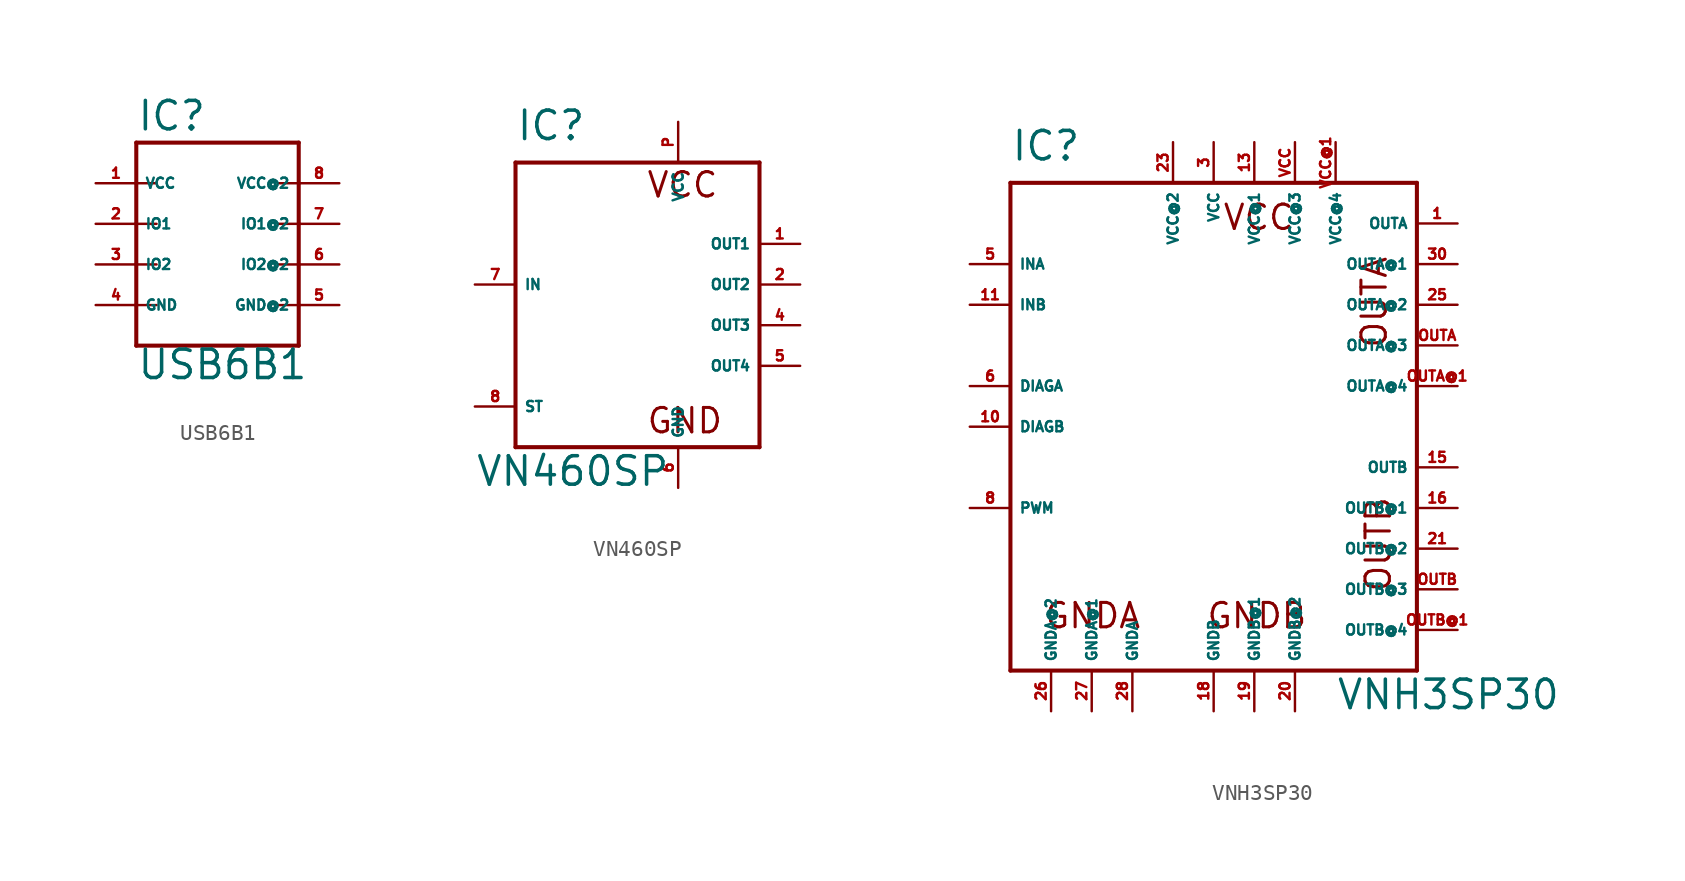
<source format=kicad_sym>
(kicad_symbol_lib
  (version 20220914)
  (generator Eagle2Kicad)
  (symbol "USB6B1"
    (property "Reference" "IC"
      (at -5.08 5.715 0)
      (effects (font (size 1.778 1.778) (thickness 0.22)) (justify left bottom)))
    (property "Value" "USB6B1"
      (at -5.08 -9.842 0)
      (effects (font (size 1.778 1.778) (thickness 0.22)) (justify left bottom)))
    (polyline
      (pts (xy -5.08 5.08) (xy 5.08 5.08))
      (stroke (width 0.254) (type default))
      (fill (type none)))
    (polyline
      (pts (xy 5.08 5.08) (xy 5.08 2.54))
      (stroke (width 0.254) (type default))
      (fill (type none)))
    (polyline
      (pts (xy 5.08 2.54) (xy 5.08 0))
      (stroke (width 0.254) (type default))
      (fill (type none)))
    (polyline
      (pts (xy 5.08 0) (xy 5.08 -2.54))
      (stroke (width 0.254) (type default))
      (fill (type none)))
    (polyline
      (pts (xy 5.08 -2.54) (xy 5.08 -5.08))
      (stroke (width 0.254) (type default))
      (fill (type none)))
    (polyline
      (pts (xy 5.08 -5.08) (xy 5.08 -7.62))
      (stroke (width 0.254) (type default))
      (fill (type none)))
    (polyline
      (pts (xy 5.08 -7.62) (xy -5.08 -7.62))
      (stroke (width 0.254) (type default))
      (fill (type none)))
    (polyline
      (pts (xy -5.08 -7.62) (xy -5.08 -5.08))
      (stroke (width 0.254) (type default))
      (fill (type none)))
    (polyline
      (pts (xy -5.08 -5.08) (xy -5.08 -2.54))
      (stroke (width 0.254) (type default))
      (fill (type none)))
    (polyline
      (pts (xy -5.08 -2.54) (xy -5.08 0))
      (stroke (width 0.254) (type default))
      (fill (type none)))
    (polyline
      (pts (xy -5.08 0) (xy -5.08 2.54))
      (stroke (width 0.254) (type default))
      (fill (type none)))
    (polyline
      (pts (xy -5.08 2.54) (xy -5.08 5.08))
      (stroke (width 0.254) (type default))
      (fill (type none)))
    (polyline
      (pts (xy -5.08 2.54) (xy -3.81 2.54))
      (stroke (width 0.152) (type default))
      (fill (type none)))
    (polyline
      (pts (xy -5.08 0) (xy -3.81 0))
      (stroke (width 0.152) (type default))
      (fill (type none)))
    (polyline
      (pts (xy -5.08 -2.54) (xy -3.81 -2.54))
      (stroke (width 0.152) (type default))
      (fill (type none)))
    (polyline
      (pts (xy -5.08 -5.08) (xy -3.81 -5.08))
      (stroke (width 0.152) (type default))
      (fill (type none)))
    (polyline
      (pts (xy 5.08 -5.08) (xy 3.81 -5.08))
      (stroke (width 0.152) (type default))
      (fill (type none)))
    (polyline
      (pts (xy 5.08 -2.54) (xy 3.81 -2.54))
      (stroke (width 0.152) (type default))
      (fill (type none)))
    (polyline
      (pts (xy 5.08 0) (xy 3.81 0))
      (stroke (width 0.152) (type default))
      (fill (type none)))
    (polyline
      (pts (xy 5.08 2.54) (xy 3.81 2.54))
      (stroke (width 0.152) (type default))
      (fill (type none)))
    (pin unspecified line
      (at -7.62 2.54 0)
      (length 2.54)
      (name "VCC" (effects (font (size 0.635 0.635) (thickness 0.08)) (justify left bottom)))
      (number "1" (effects (font (size 0.635 0.635) (thickness 0.08)) (justify left bottom))))
    (pin bidirectional line
      (at -7.62 0 0)
      (length 2.54)
      (name "IO1" (effects (font (size 0.635 0.635) (thickness 0.08)) (justify left bottom)))
      (number "2" (effects (font (size 0.635 0.635) (thickness 0.08)) (justify left bottom))))
    (pin bidirectional line
      (at -7.62 -2.54 0)
      (length 2.54)
      (name "IO2" (effects (font (size 0.635 0.635) (thickness 0.08)) (justify left bottom)))
      (number "3" (effects (font (size 0.635 0.635) (thickness 0.08)) (justify left bottom))))
    (pin unspecified line
      (at -7.62 -5.08 0)
      (length 2.54)
      (name "GND" (effects (font (size 0.635 0.635) (thickness 0.08)) (justify left bottom)))
      (number "4" (effects (font (size 0.635 0.635) (thickness 0.08)) (justify left bottom))))
    (pin unspecified line
      (at 7.62 -5.08 180)
      (length 2.54)
      (name "GND@2" (effects (font (size 0.635 0.635) (thickness 0.08)) (justify left bottom)))
      (number "5" (effects (font (size 0.635 0.635) (thickness 0.08)) (justify left bottom))))
    (pin bidirectional line
      (at 7.62 -2.54 180)
      (length 2.54)
      (name "IO2@2" (effects (font (size 0.635 0.635) (thickness 0.08)) (justify left bottom)))
      (number "6" (effects (font (size 0.635 0.635) (thickness 0.08)) (justify left bottom))))
    (pin bidirectional line
      (at 7.62 0 180)
      (length 2.54)
      (name "IO1@2" (effects (font (size 0.635 0.635) (thickness 0.08)) (justify left bottom)))
      (number "7" (effects (font (size 0.635 0.635) (thickness 0.08)) (justify left bottom))))
    (pin unspecified line
      (at 7.62 2.54 180)
      (length 2.54)
      (name "VCC@2" (effects (font (size 0.635 0.635) (thickness 0.08)) (justify left bottom)))
      (number "8" (effects (font (size 0.635 0.635) (thickness 0.08)) (justify left bottom)))))
  (symbol "VN460SP"
    (property "Reference" "IC"
      (at -7.62 8.89 0)
      (effects (font (size 1.778 1.778) (thickness 0.22)) (justify left bottom)))
    (property "Value" "VN460SP"
      (at -10.16 -12.7 0)
      (effects (font (size 1.778 1.778) (thickness 0.22)) (justify left bottom)))
    (polyline
      (pts (xy -7.62 7.62) (xy -7.62 -10.16))
      (stroke (width 0.254) (type default))
      (fill (type none)))
    (polyline
      (pts (xy -7.62 -10.16) (xy 7.62 -10.16))
      (stroke (width 0.254) (type default))
      (fill (type none)))
    (polyline
      (pts (xy 7.62 -10.16) (xy 7.62 7.62))
      (stroke (width 0.254) (type default))
      (fill (type none)))
    (polyline
      (pts (xy 7.62 7.62) (xy -7.62 7.62))
      (stroke (width 0.254) (type default))
      (fill (type none)))
    (text "VCC"
      (at 0.508 5.334 0)
      (effects (font (size 1.524 1.524) (thickness 0.19)) (justify left bottom)))
    (text "GND"
      (at 0.508 -9.398 0)
      (effects (font (size 1.524 1.524) (thickness 0.19)) (justify left bottom)))
    (pin input line
      (at -10.16 0 0)
      (length 2.54)
      (name "IN" (effects (font (size 0.635 0.635) (thickness 0.08)) (justify left bottom)))
      (number "7" (effects (font (size 0.635 0.635) (thickness 0.08)) (justify left bottom))))
    (pin input line
      (at -10.16 -7.62 0)
      (length 2.54)
      (name "ST" (effects (font (size 0.635 0.635) (thickness 0.08)) (justify left bottom)))
      (number "8" (effects (font (size 0.635 0.635) (thickness 0.08)) (justify left bottom))))
    (pin output line
      (at 10.16 2.54 180)
      (length 2.54)
      (name "OUT1" (effects (font (size 0.635 0.635) (thickness 0.08)) (justify left bottom)))
      (number "1" (effects (font (size 0.635 0.635) (thickness 0.08)) (justify left bottom))))
    (pin unspecified line
      (at 2.54 10.16 270)
      (length 2.54)
      (name "VCC" (effects (font (size 0.635 0.635) (thickness 0.08)) (justify left bottom)))
      (number "P" (effects (font (size 0.635 0.635) (thickness 0.08)) (justify left bottom))))
    (pin unspecified line
      (at 2.54 -12.7 90)
      (length 2.54)
      (name "GND" (effects (font (size 0.635 0.635) (thickness 0.08)) (justify left bottom)))
      (number "6" (effects (font (size 0.635 0.635) (thickness 0.08)) (justify left bottom))))
    (pin output line
      (at 10.16 0 180)
      (length 2.54)
      (name "OUT2" (effects (font (size 0.635 0.635) (thickness 0.08)) (justify left bottom)))
      (number "2" (effects (font (size 0.635 0.635) (thickness 0.08)) (justify left bottom))))
    (pin output line
      (at 10.16 -2.54 180)
      (length 2.54)
      (name "OUT3" (effects (font (size 0.635 0.635) (thickness 0.08)) (justify left bottom)))
      (number "4" (effects (font (size 0.635 0.635) (thickness 0.08)) (justify left bottom))))
    (pin output line
      (at 10.16 -5.08 180)
      (length 2.54)
      (name "OUT4" (effects (font (size 0.635 0.635) (thickness 0.08)) (justify left bottom)))
      (number "5" (effects (font (size 0.635 0.635) (thickness 0.08)) (justify left bottom)))))
  (symbol "VNH3SP30"
    (property "Reference" "IC"
      (at -12.7 16.51 0)
      (effects (font (size 1.778 1.778) (thickness 0.22)) (justify left bottom)))
    (property "Value" "VNH3SP30"
      (at 7.62 -17.78 0)
      (effects (font (size 1.778 1.778) (thickness 0.22)) (justify left bottom)))
    (polyline
      (pts (xy -12.7 15.24) (xy 12.7 15.24))
      (stroke (width 0.254) (type default))
      (fill (type none)))
    (polyline
      (pts (xy 12.7 15.24) (xy 12.7 -15.24))
      (stroke (width 0.254) (type default))
      (fill (type none)))
    (polyline
      (pts (xy 12.7 -15.24) (xy -12.7 -15.24))
      (stroke (width 0.254) (type default))
      (fill (type none)))
    (polyline
      (pts (xy -12.7 -15.24) (xy -12.7 15.24))
      (stroke (width 0.254) (type default))
      (fill (type none)))
    (text "GNDA"
      (at -10.668 -12.7 0)
      (effects (font (size 1.524 1.524) (thickness 0.19)) (justify left bottom)))
    (text "GNDB"
      (at -0.508 -12.7 0)
      (effects (font (size 1.524 1.524) (thickness 0.19)) (justify left bottom)))
    (text "OUTA"
      (at 10.922 4.826 900)
      (effects (font (size 1.524 1.524) (thickness 0.19)) (justify left bottom)))
    (text "OUTB"
      (at 11.176 -10.414 900)
      (effects (font (size 1.524 1.524) (thickness 0.19)) (justify left bottom)))
    (text "VCC"
      (at 0.508 12.192 0)
      (effects (font (size 1.524 1.524) (thickness 0.19)) (justify left bottom)))
    (pin input line
      (at -15.24 10.16 0)
      (length 2.54)
      (name "INA" (effects (font (size 0.635 0.635) (thickness 0.08)) (justify left bottom)))
      (number "5" (effects (font (size 0.635 0.635) (thickness 0.08)) (justify left bottom))))
    (pin input line
      (at -15.24 7.62 0)
      (length 2.54)
      (name "INB" (effects (font (size 0.635 0.635) (thickness 0.08)) (justify left bottom)))
      (number "11" (effects (font (size 0.635 0.635) (thickness 0.08)) (justify left bottom))))
    (pin open_collector line
      (at -15.24 2.54 0)
      (length 2.54)
      (name "DIAGA" (effects (font (size 0.635 0.635) (thickness 0.08)) (justify left bottom)))
      (number "6" (effects (font (size 0.635 0.635) (thickness 0.08)) (justify left bottom))))
    (pin open_collector line
      (at -15.24 0 0)
      (length 2.54)
      (name "DIAGB" (effects (font (size 0.635 0.635) (thickness 0.08)) (justify left bottom)))
      (number "10" (effects (font (size 0.635 0.635) (thickness 0.08)) (justify left bottom))))
    (pin input line
      (at -15.24 -5.08 0)
      (length 2.54)
      (name "PWM" (effects (font (size 0.635 0.635) (thickness 0.08)) (justify left bottom)))
      (number "8" (effects (font (size 0.635 0.635) (thickness 0.08)) (justify left bottom))))
    (pin unspecified line
      (at -5.08 -17.78 90)
      (length 2.54)
      (name "GNDA" (effects (font (size 0.635 0.635) (thickness 0.08)) (justify left bottom)))
      (number "28" (effects (font (size 0.635 0.635) (thickness 0.08)) (justify left bottom))))
    (pin unspecified line
      (at 0 -17.78 90)
      (length 2.54)
      (name "GNDB" (effects (font (size 0.635 0.635) (thickness 0.08)) (justify left bottom)))
      (number "18" (effects (font (size 0.635 0.635) (thickness 0.08)) (justify left bottom))))
    (pin unspecified line
      (at 0 17.78 270)
      (length 2.54)
      (name "VCC" (effects (font (size 0.635 0.635) (thickness 0.08)) (justify left bottom)))
      (number "3" (effects (font (size 0.635 0.635) (thickness 0.08)) (justify left bottom))))
    (pin output line
      (at 15.24 12.7 180)
      (length 2.54)
      (name "OUTA" (effects (font (size 0.635 0.635) (thickness 0.08)) (justify left bottom)))
      (number "1" (effects (font (size 0.635 0.635) (thickness 0.08)) (justify left bottom))))
    (pin output line
      (at 15.24 -2.54 180)
      (length 2.54)
      (name "OUTB" (effects (font (size 0.635 0.635) (thickness 0.08)) (justify left bottom)))
      (number "15" (effects (font (size 0.635 0.635) (thickness 0.08)) (justify left bottom))))
    (pin passive line
      (at 15.24 10.16 180)
      (length 2.54)
      (name "OUTA@1" (effects (font (size 0.635 0.635) (thickness 0.08)) (justify left bottom)))
      (number "30" (effects (font (size 0.635 0.635) (thickness 0.08)) (justify left bottom))))
    (pin passive line
      (at 15.24 7.62 180)
      (length 2.54)
      (name "OUTA@2" (effects (font (size 0.635 0.635) (thickness 0.08)) (justify left bottom)))
      (number "25" (effects (font (size 0.635 0.635) (thickness 0.08)) (justify left bottom))))
    (pin passive line
      (at 15.24 -5.08 180)
      (length 2.54)
      (name "OUTB@1" (effects (font (size 0.635 0.635) (thickness 0.08)) (justify left bottom)))
      (number "16" (effects (font (size 0.635 0.635) (thickness 0.08)) (justify left bottom))))
    (pin passive line
      (at 15.24 -7.62 180)
      (length 2.54)
      (name "OUTB@2" (effects (font (size 0.635 0.635) (thickness 0.08)) (justify left bottom)))
      (number "21" (effects (font (size 0.635 0.635) (thickness 0.08)) (justify left bottom))))
    (pin unspecified line
      (at 2.54 -17.78 90)
      (length 2.54)
      (name "GNDB@1" (effects (font (size 0.635 0.635) (thickness 0.08)) (justify left bottom)))
      (number "19" (effects (font (size 0.635 0.635) (thickness 0.08)) (justify left bottom))))
    (pin unspecified line
      (at 5.08 -17.78 90)
      (length 2.54)
      (name "GNDB@2" (effects (font (size 0.635 0.635) (thickness 0.08)) (justify left bottom)))
      (number "20" (effects (font (size 0.635 0.635) (thickness 0.08)) (justify left bottom))))
    (pin unspecified line
      (at -7.62 -17.78 90)
      (length 2.54)
      (name "GNDA@1" (effects (font (size 0.635 0.635) (thickness 0.08)) (justify left bottom)))
      (number "27" (effects (font (size 0.635 0.635) (thickness 0.08)) (justify left bottom))))
    (pin unspecified line
      (at -10.16 -17.78 90)
      (length 2.54)
      (name "GNDA@2" (effects (font (size 0.635 0.635) (thickness 0.08)) (justify left bottom)))
      (number "26" (effects (font (size 0.635 0.635) (thickness 0.08)) (justify left bottom))))
    (pin unspecified line
      (at -2.54 17.78 270)
      (length 2.54)
      (name "VCC@2" (effects (font (size 0.635 0.635) (thickness 0.08)) (justify left bottom)))
      (number "23" (effects (font (size 0.635 0.635) (thickness 0.08)) (justify left bottom))))
    (pin unspecified line
      (at 2.54 17.78 270)
      (length 2.54)
      (name "VCC@1" (effects (font (size 0.635 0.635) (thickness 0.08)) (justify left bottom)))
      (number "13" (effects (font (size 0.635 0.635) (thickness 0.08)) (justify left bottom))))
    (pin passive line
      (at 15.24 -10.16 180)
      (length 2.54)
      (name "OUTB@3" (effects (font (size 0.635 0.635) (thickness 0.08)) (justify left bottom)))
      (number "OUTB" (effects (font (size 0.635 0.635) (thickness 0.08)) (justify left bottom))))
    (pin passive line
      (at 15.24 -12.7 180)
      (length 2.54)
      (name "OUTB@4" (effects (font (size 0.635 0.635) (thickness 0.08)) (justify left bottom)))
      (number "OUTB@1" (effects (font (size 0.635 0.635) (thickness 0.08)) (justify left bottom))))
    (pin passive line
      (at 15.24 5.08 180)
      (length 2.54)
      (name "OUTA@3" (effects (font (size 0.635 0.635) (thickness 0.08)) (justify left bottom)))
      (number "OUTA" (effects (font (size 0.635 0.635) (thickness 0.08)) (justify left bottom))))
    (pin passive line
      (at 15.24 2.54 180)
      (length 2.54)
      (name "OUTA@4" (effects (font (size 0.635 0.635) (thickness 0.08)) (justify left bottom)))
      (number "OUTA@1" (effects (font (size 0.635 0.635) (thickness 0.08)) (justify left bottom))))
    (pin unspecified line
      (at 5.08 17.78 270)
      (length 2.54)
      (name "VCC@3" (effects (font (size 0.635 0.635) (thickness 0.08)) (justify left bottom)))
      (number "VCC" (effects (font (size 0.635 0.635) (thickness 0.08)) (justify left bottom))))
    (pin unspecified line
      (at 7.62 17.78 270)
      (length 2.54)
      (name "VCC@4" (effects (font (size 0.635 0.635) (thickness 0.08)) (justify left bottom)))
      (number "VCC@1" (effects (font (size 0.635 0.635) (thickness 0.08)) (justify left bottom))))))
</source>
